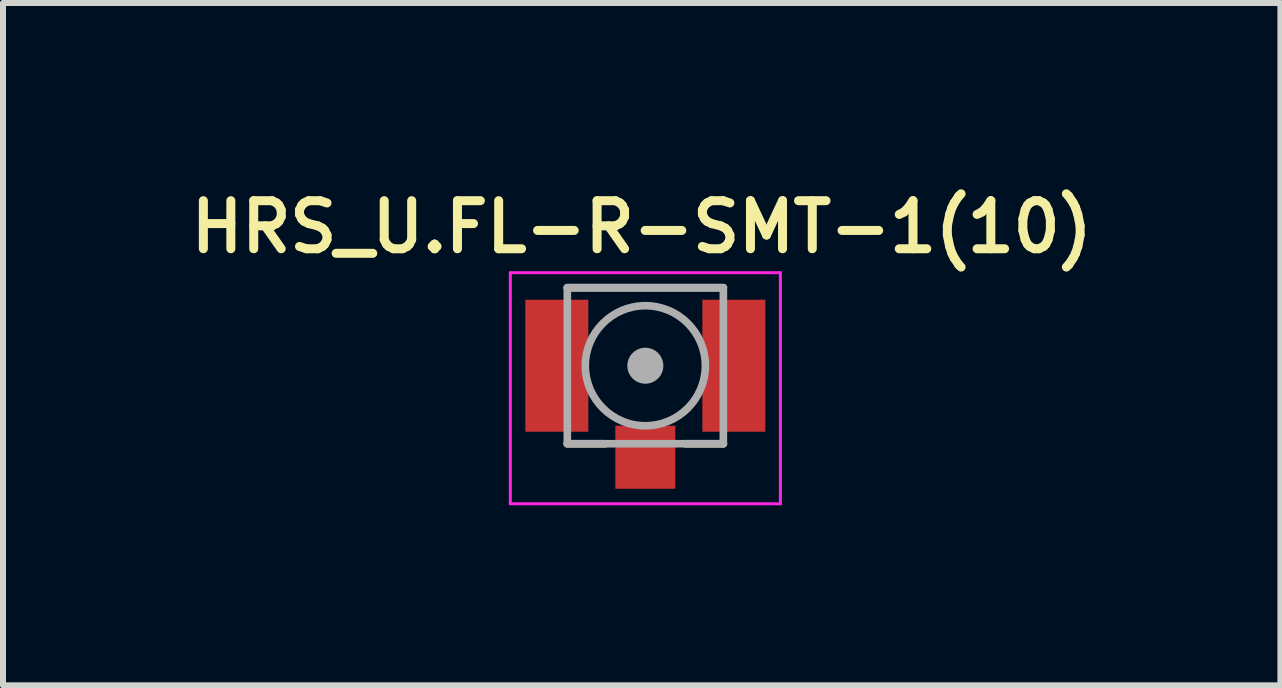
<source format=kicad_pcb>
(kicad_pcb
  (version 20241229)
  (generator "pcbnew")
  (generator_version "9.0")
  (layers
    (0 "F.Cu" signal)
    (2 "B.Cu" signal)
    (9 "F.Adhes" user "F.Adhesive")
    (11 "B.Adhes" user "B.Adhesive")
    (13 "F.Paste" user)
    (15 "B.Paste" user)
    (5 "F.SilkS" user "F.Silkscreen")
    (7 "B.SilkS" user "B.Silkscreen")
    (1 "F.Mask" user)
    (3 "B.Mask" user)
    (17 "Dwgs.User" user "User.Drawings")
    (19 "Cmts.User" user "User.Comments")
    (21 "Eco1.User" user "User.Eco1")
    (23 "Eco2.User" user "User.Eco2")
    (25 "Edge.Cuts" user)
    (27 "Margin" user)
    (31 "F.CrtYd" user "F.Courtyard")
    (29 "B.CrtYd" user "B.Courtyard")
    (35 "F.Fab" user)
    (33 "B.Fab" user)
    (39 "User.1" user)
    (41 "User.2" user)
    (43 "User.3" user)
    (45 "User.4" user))
  (footprint "HRS_U.FL-R-SMT-1(10)"
    (layer "F.Cu")
    (at 7.703 3.044)
    (property "Reference" "HRS_U.FL-R-SMT-1(10)" (at -0.06 -2.312 0) (layer "F.SilkS") (effects (font (size 0.801 0.801) (thickness 0.15))))
    (attr smd)
    (fp_line (start -1.3 -1.3) (end 1.3 -1.3) (stroke (width 0.127) (type solid)) (layer "F.SilkS"))
    (fp_line (start -1.3 1.3) (end -0.67 1.3) (stroke (width 0.127) (type solid)) (layer "F.SilkS"))
    (fp_line (start 1.3 1.3) (end 0.67 1.3) (stroke (width 0.127) (type solid)) (layer "F.SilkS"))
    (fp_line (start -2.25 -1.55) (end 2.25 -1.55) (stroke (width 0.05) (type solid)) (layer "F.CrtYd"))
    (fp_line (start -2.25 2.3) (end -2.25 -1.55) (stroke (width 0.05) (type solid)) (layer "F.CrtYd"))
    (fp_line (start 2.25 -1.55) (end 2.25 2.3) (stroke (width 0.05) (type solid)) (layer "F.CrtYd"))
    (fp_line (start 2.25 2.3) (end -2.25 2.3) (stroke (width 0.05) (type solid)) (layer "F.CrtYd"))
    (fp_line (start -1.3 -1.3) (end 1.3 -1.3) (stroke (width 0.127) (type solid)) (layer "F.Fab"))
    (fp_line (start -1.3 1.3) (end -1.3 -1.3) (stroke (width 0.127) (type solid)) (layer "F.Fab"))
    (fp_line (start 1.3 -1.3) (end 1.3 1.3) (stroke (width 0.127) (type solid)) (layer "F.Fab"))
    (fp_line (start 1.3 1.3) (end -1.3 1.3) (stroke (width 0.127) (type solid)) (layer "F.Fab"))
    (fp_circle (center 0 0) (end 0.3 0) (stroke (width 0) (type solid)) (fill yes) (layer "F.Fab"))
    (fp_circle (center 0 0) (end 1 0) (stroke (width 0.127) (type solid)) (fill no) (layer "F.Fab"))
    (pad "1" smd rect (at -1.475 0) (size 1.05 2.2) (layers "F.Cu" "F.Mask" "F.Paste"))
    (pad "2" smd rect (at 0 1.525) (size 1 1.05) (layers "F.Cu" "F.Mask" "F.Paste"))
    (pad "3" smd rect (at 1.475 0) (size 1.05 2.2) (layers "F.Cu" "F.Mask" "F.Paste"))
    (zone (net_name "") (layer "F.Cu") (hatch full 0.508) (connect_pads) (min_thickness 0.01) (filled_areas_thickness no) (keepout (tracks not_allowed) (vias not_allowed) (pads not_allowed) (copperpour not_allowed) (footprints allowed)) (placement (enabled no)) (fill) (polygon (pts (xy 6.753 1.944) (xy 8.653 1.944) (xy 8.653 4.044) (xy 6.753 4.044)))))
  (gr_rect
    (start -3 -3)
    (end 18.285 8.369)
    (stroke (width 0.1) (type default))
    (fill no)
    (layer "Edge.Cuts")))
</source>
